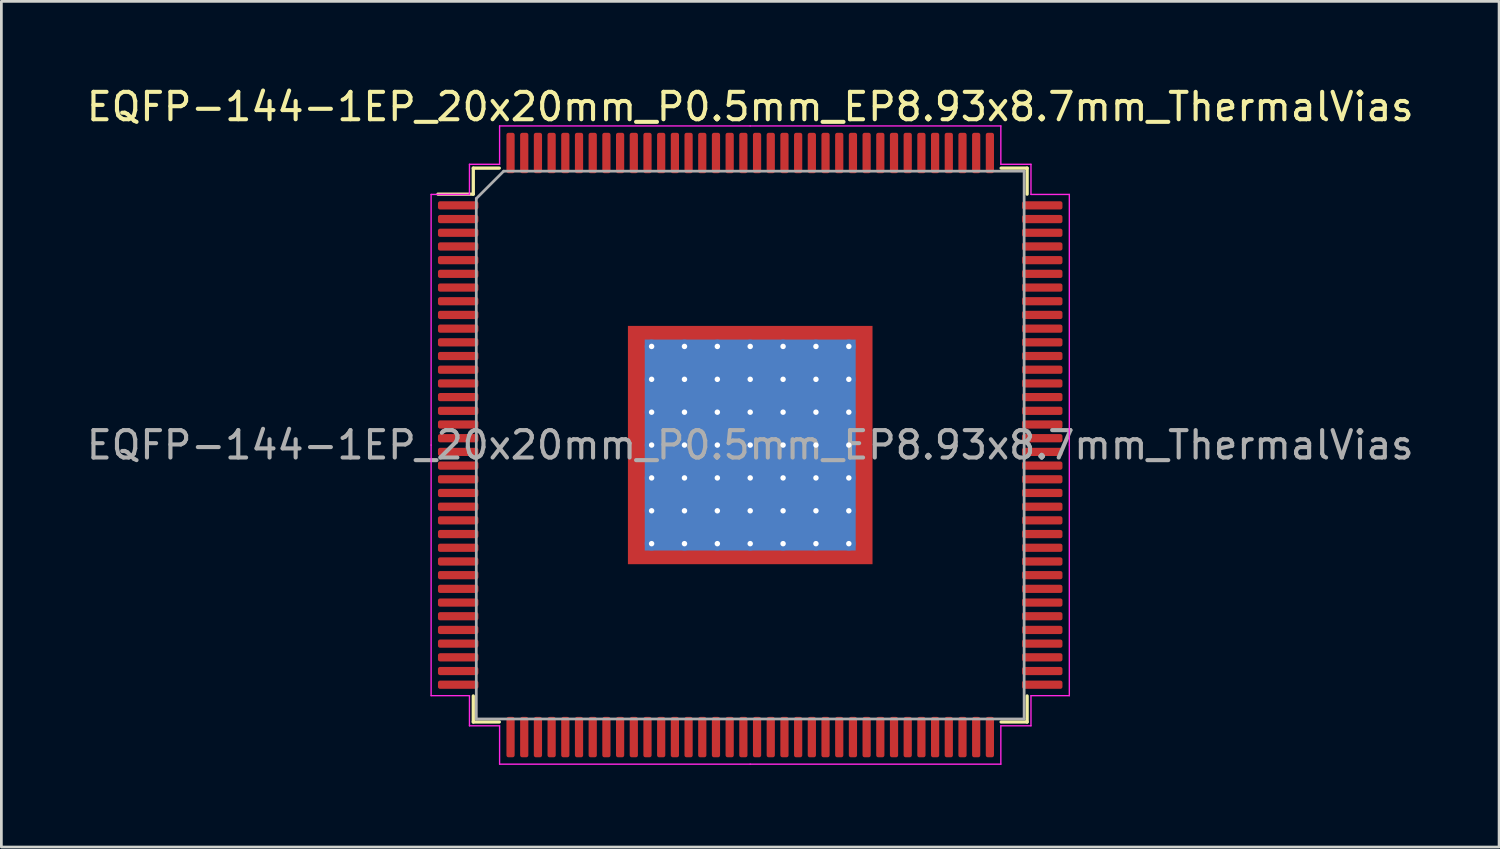
<source format=kicad_pcb>
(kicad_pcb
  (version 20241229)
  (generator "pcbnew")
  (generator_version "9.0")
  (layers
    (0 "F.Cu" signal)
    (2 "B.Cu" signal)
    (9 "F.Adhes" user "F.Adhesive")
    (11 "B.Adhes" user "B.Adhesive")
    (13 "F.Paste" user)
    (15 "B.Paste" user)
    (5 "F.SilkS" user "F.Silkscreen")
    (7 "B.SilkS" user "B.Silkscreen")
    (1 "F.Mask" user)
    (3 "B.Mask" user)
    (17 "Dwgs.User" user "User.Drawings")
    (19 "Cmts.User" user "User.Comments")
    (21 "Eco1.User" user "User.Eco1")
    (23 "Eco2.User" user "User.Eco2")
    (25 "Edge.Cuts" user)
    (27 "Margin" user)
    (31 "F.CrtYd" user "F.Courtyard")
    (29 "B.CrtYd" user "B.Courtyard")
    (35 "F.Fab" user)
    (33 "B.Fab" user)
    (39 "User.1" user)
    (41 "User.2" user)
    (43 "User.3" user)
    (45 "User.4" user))
  (footprint "EQFP-144-1EP_20x20mm_P0.5mm_EP8.93x8.7mm_ThermalVias"
    (layer "F.Cu")
    (at 24.339 13.198)
    (property "Reference" "EQFP-144-1EP_20x20mm_P0.5mm_EP8.93x8.7mm_ThermalVias" (at 0 -12.35 0) (layer "F.SilkS") (effects (font (size 1 1) (thickness 0.15))))
    (attr smd)
    (fp_line (start -10.11 -10.11) (end -10.11 -9.16) (stroke (width 0.12) (type solid)) (layer "F.SilkS"))
    (fp_line (start -10.11 -9.16) (end -11.4 -9.16) (stroke (width 0.12) (type solid)) (layer "F.SilkS"))
    (fp_line (start -10.11 10.11) (end -10.11 9.16) (stroke (width 0.12) (type solid)) (layer "F.SilkS"))
    (fp_line (start -9.16 -10.11) (end -10.11 -10.11) (stroke (width 0.12) (type solid)) (layer "F.SilkS"))
    (fp_line (start -9.16 10.11) (end -10.11 10.11) (stroke (width 0.12) (type solid)) (layer "F.SilkS"))
    (fp_line (start 9.16 -10.11) (end 10.11 -10.11) (stroke (width 0.12) (type solid)) (layer "F.SilkS"))
    (fp_line (start 9.16 10.11) (end 10.11 10.11) (stroke (width 0.12) (type solid)) (layer "F.SilkS"))
    (fp_line (start 10.11 -10.11) (end 10.11 -9.16) (stroke (width 0.12) (type solid)) (layer "F.SilkS"))
    (fp_line (start 10.11 10.11) (end 10.11 9.16) (stroke (width 0.12) (type solid)) (layer "F.SilkS"))
    (fp_line (start -11.65 -9.15) (end -11.65 0) (stroke (width 0.05) (type solid)) (layer "F.CrtYd"))
    (fp_line (start -11.65 9.15) (end -11.65 0) (stroke (width 0.05) (type solid)) (layer "F.CrtYd"))
    (fp_line (start -10.25 -10.25) (end -10.25 -9.15) (stroke (width 0.05) (type solid)) (layer "F.CrtYd"))
    (fp_line (start -10.25 -9.15) (end -11.65 -9.15) (stroke (width 0.05) (type solid)) (layer "F.CrtYd"))
    (fp_line (start -10.25 9.15) (end -11.65 9.15) (stroke (width 0.05) (type solid)) (layer "F.CrtYd"))
    (fp_line (start -10.25 10.25) (end -10.25 9.15) (stroke (width 0.05) (type solid)) (layer "F.CrtYd"))
    (fp_line (start -9.15 -11.65) (end -9.15 -10.25) (stroke (width 0.05) (type solid)) (layer "F.CrtYd"))
    (fp_line (start -9.15 -10.25) (end -10.25 -10.25) (stroke (width 0.05) (type solid)) (layer "F.CrtYd"))
    (fp_line (start -9.15 10.25) (end -10.25 10.25) (stroke (width 0.05) (type solid)) (layer "F.CrtYd"))
    (fp_line (start -9.15 11.65) (end -9.15 10.25) (stroke (width 0.05) (type solid)) (layer "F.CrtYd"))
    (fp_line (start 0 -11.65) (end -9.15 -11.65) (stroke (width 0.05) (type solid)) (layer "F.CrtYd"))
    (fp_line (start 0 -11.65) (end 9.15 -11.65) (stroke (width 0.05) (type solid)) (layer "F.CrtYd"))
    (fp_line (start 0 11.65) (end -9.15 11.65) (stroke (width 0.05) (type solid)) (layer "F.CrtYd"))
    (fp_line (start 0 11.65) (end 9.15 11.65) (stroke (width 0.05) (type solid)) (layer "F.CrtYd"))
    (fp_line (start 9.15 -11.65) (end 9.15 -10.25) (stroke (width 0.05) (type solid)) (layer "F.CrtYd"))
    (fp_line (start 9.15 -10.25) (end 10.25 -10.25) (stroke (width 0.05) (type solid)) (layer "F.CrtYd"))
    (fp_line (start 9.15 10.25) (end 10.25 10.25) (stroke (width 0.05) (type solid)) (layer "F.CrtYd"))
    (fp_line (start 9.15 11.65) (end 9.15 10.25) (stroke (width 0.05) (type solid)) (layer "F.CrtYd"))
    (fp_line (start 10.25 -10.25) (end 10.25 -9.15) (stroke (width 0.05) (type solid)) (layer "F.CrtYd"))
    (fp_line (start 10.25 -9.15) (end 11.65 -9.15) (stroke (width 0.05) (type solid)) (layer "F.CrtYd"))
    (fp_line (start 10.25 9.15) (end 11.65 9.15) (stroke (width 0.05) (type solid)) (layer "F.CrtYd"))
    (fp_line (start 10.25 10.25) (end 10.25 9.15) (stroke (width 0.05) (type solid)) (layer "F.CrtYd"))
    (fp_line (start 11.65 -9.15) (end 11.65 0) (stroke (width 0.05) (type solid)) (layer "F.CrtYd"))
    (fp_line (start 11.65 9.15) (end 11.65 0) (stroke (width 0.05) (type solid)) (layer "F.CrtYd"))
    (fp_line (start -10 -9) (end -9 -10) (stroke (width 0.1) (type solid)) (layer "F.Fab"))
    (fp_line (start -10 10) (end -10 -9) (stroke (width 0.1) (type solid)) (layer "F.Fab"))
    (fp_line (start -9 -10) (end 10 -10) (stroke (width 0.1) (type solid)) (layer "F.Fab"))
    (fp_line (start 10 -10) (end 10 10) (stroke (width 0.1) (type solid)) (layer "F.Fab"))
    (fp_line (start 10 10) (end -10 10) (stroke (width 0.1) (type solid)) (layer "F.Fab"))
    (fp_text user "${REFERENCE}" (at 0 0 0) (layer "F.Fab") (effects (font (size 1 1) (thickness 0.15))))
    (pad "" smd custom (at -4.032 -3.975) (size 0.515 0.515) (layers "F.Paste") (options (anchor circle)) (primitives (gr_poly (pts (xy 0.259 0.139) (xy 0.185 0.213) (xy -0.259 0.213) (xy -0.259 -0.213) (xy 0.259 -0.213)) (width 0.179) (fill yes))))
    (pad "" smd roundrect (at -4.032 -3) (size 0.697 0.967) (layers "F.Paste") (roundrect_rratio 0.25))
    (pad "" smd roundrect (at -4.032 -1.8) (size 0.697 0.967) (layers "F.Paste") (roundrect_rratio 0.25))
    (pad "" smd roundrect (at -4.032 -0.6) (size 0.697 0.967) (layers "F.Paste") (roundrect_rratio 0.25))
    (pad "" smd roundrect (at -4.032 0.6) (size 0.697 0.967) (layers "F.Paste") (roundrect_rratio 0.25))
    (pad "" smd roundrect (at -4.032 1.8) (size 0.697 0.967) (layers "F.Paste") (roundrect_rratio 0.25))
    (pad "" smd roundrect (at -4.032 3) (size 0.697 0.967) (layers "F.Paste") (roundrect_rratio 0.25))
    (pad "" smd custom (at -4.032 3.975) (size 0.515 0.515) (layers "F.Paste") (options (anchor circle)) (primitives (gr_poly (pts (xy 0.259 -0.139) (xy 0.259 0.213) (xy -0.259 0.213) (xy -0.259 -0.213) (xy 0.185 -0.213)) (width 0.179) (fill yes))))
    (pad "" smd custom (at -3 -3.975) (size 0.538 0.538) (layers "F.Paste") (options (anchor circle)) (primitives (gr_poly (pts (xy 0.417 0.181) (xy 0.362 0.236) (xy -0.362 0.236) (xy -0.417 0.181) (xy -0.417 -0.236) (xy 0.417 -0.236)) (width 0.133) (fill yes))))
    (pad "" smd roundrect (at -3 -3) (size 0.967 0.967) (layers "F.Paste") (roundrect_rratio 0.25))
    (pad "" smd roundrect (at -3 -1.8) (size 0.967 0.967) (layers "F.Paste") (roundrect_rratio 0.25))
    (pad "" smd roundrect (at -3 -0.6) (size 0.967 0.967) (layers "F.Paste") (roundrect_rratio 0.25))
    (pad "" smd roundrect (at -3 0.6) (size 0.967 0.967) (layers "F.Paste") (roundrect_rratio 0.25))
    (pad "" smd roundrect (at -3 1.8) (size 0.967 0.967) (layers "F.Paste") (roundrect_rratio 0.25))
    (pad "" smd roundrect (at -3 3) (size 0.967 0.967) (layers "F.Paste") (roundrect_rratio 0.25))
    (pad "" smd custom (at -3 3.975) (size 0.538 0.538) (layers "F.Paste") (options (anchor circle)) (primitives (gr_poly (pts (xy 0.417 -0.181) (xy 0.417 0.236) (xy -0.417 0.236) (xy -0.417 -0.181) (xy -0.362 -0.236) (xy 0.362 -0.236)) (width 0.133) (fill yes))))
    (pad "" smd custom (at -1.8 -3.975) (size 0.538 0.538) (layers "F.Paste") (options (anchor circle)) (primitives (gr_poly (pts (xy 0.417 0.181) (xy 0.362 0.236) (xy -0.362 0.236) (xy -0.417 0.181) (xy -0.417 -0.236) (xy 0.417 -0.236)) (width 0.133) (fill yes))))
    (pad "" smd roundrect (at -1.8 -3) (size 0.967 0.967) (layers "F.Paste") (roundrect_rratio 0.25))
    (pad "" smd roundrect (at -1.8 -1.8) (size 0.967 0.967) (layers "F.Paste") (roundrect_rratio 0.25))
    (pad "" smd roundrect (at -1.8 -0.6) (size 0.967 0.967) (layers "F.Paste") (roundrect_rratio 0.25))
    (pad "" smd roundrect (at -1.8 0.6) (size 0.967 0.967) (layers "F.Paste") (roundrect_rratio 0.25))
    (pad "" smd roundrect (at -1.8 1.8) (size 0.967 0.967) (layers "F.Paste") (roundrect_rratio 0.25))
    (pad "" smd roundrect (at -1.8 3) (size 0.967 0.967) (layers "F.Paste") (roundrect_rratio 0.25))
    (pad "" smd custom (at -1.8 3.975) (size 0.538 0.538) (layers "F.Paste") (options (anchor circle)) (primitives (gr_poly (pts (xy 0.417 -0.181) (xy 0.417 0.236) (xy -0.417 0.236) (xy -0.417 -0.181) (xy -0.362 -0.236) (xy 0.362 -0.236)) (width 0.133) (fill yes))))
    (pad "" smd custom (at -0.6 -3.975) (size 0.538 0.538) (layers "F.Paste") (options (anchor circle)) (primitives (gr_poly (pts (xy 0.417 0.181) (xy 0.362 0.236) (xy -0.362 0.236) (xy -0.417 0.181) (xy -0.417 -0.236) (xy 0.417 -0.236)) (width 0.133) (fill yes))))
    (pad "" smd roundrect (at -0.6 -3) (size 0.967 0.967) (layers "F.Paste") (roundrect_rratio 0.25))
    (pad "" smd roundrect (at -0.6 -1.8) (size 0.967 0.967) (layers "F.Paste") (roundrect_rratio 0.25))
    (pad "" smd roundrect (at -0.6 -0.6) (size 0.967 0.967) (layers "F.Paste") (roundrect_rratio 0.25))
    (pad "" smd roundrect (at -0.6 0.6) (size 0.967 0.967) (layers "F.Paste") (roundrect_rratio 0.25))
    (pad "" smd roundrect (at -0.6 1.8) (size 0.967 0.967) (layers "F.Paste") (roundrect_rratio 0.25))
    (pad "" smd roundrect (at -0.6 3) (size 0.967 0.967) (layers "F.Paste") (roundrect_rratio 0.25))
    (pad "" smd custom (at -0.6 3.975) (size 0.538 0.538) (layers "F.Paste") (options (anchor circle)) (primitives (gr_poly (pts (xy 0.417 -0.181) (xy 0.417 0.236) (xy -0.417 0.236) (xy -0.417 -0.181) (xy -0.362 -0.236) (xy 0.362 -0.236)) (width 0.133) (fill yes))))
    (pad "" smd custom (at 0.6 -3.975) (size 0.538 0.538) (layers "F.Paste") (options (anchor circle)) (primitives (gr_poly (pts (xy 0.417 0.181) (xy 0.362 0.236) (xy -0.362 0.236) (xy -0.417 0.181) (xy -0.417 -0.236) (xy 0.417 -0.236)) (width 0.133) (fill yes))))
    (pad "" smd roundrect (at 0.6 -3) (size 0.967 0.967) (layers "F.Paste") (roundrect_rratio 0.25))
    (pad "" smd roundrect (at 0.6 -1.8) (size 0.967 0.967) (layers "F.Paste") (roundrect_rratio 0.25))
    (pad "" smd roundrect (at 0.6 -0.6) (size 0.967 0.967) (layers "F.Paste") (roundrect_rratio 0.25))
    (pad "" smd roundrect (at 0.6 0.6) (size 0.967 0.967) (layers "F.Paste") (roundrect_rratio 0.25))
    (pad "" smd roundrect (at 0.6 1.8) (size 0.967 0.967) (layers "F.Paste") (roundrect_rratio 0.25))
    (pad "" smd roundrect (at 0.6 3) (size 0.967 0.967) (layers "F.Paste") (roundrect_rratio 0.25))
    (pad "" smd custom (at 0.6 3.975) (size 0.538 0.538) (layers "F.Paste") (options (anchor circle)) (primitives (gr_poly (pts (xy 0.417 -0.181) (xy 0.417 0.236) (xy -0.417 0.236) (xy -0.417 -0.181) (xy -0.362 -0.236) (xy 0.362 -0.236)) (width 0.133) (fill yes))))
    (pad "" smd custom (at 1.8 -3.975) (size 0.538 0.538) (layers "F.Paste") (options (anchor circle)) (primitives (gr_poly (pts (xy 0.417 0.181) (xy 0.362 0.236) (xy -0.362 0.236) (xy -0.417 0.181) (xy -0.417 -0.236) (xy 0.417 -0.236)) (width 0.133) (fill yes))))
    (pad "" smd roundrect (at 1.8 -3) (size 0.967 0.967) (layers "F.Paste") (roundrect_rratio 0.25))
    (pad "" smd roundrect (at 1.8 -1.8) (size 0.967 0.967) (layers "F.Paste") (roundrect_rratio 0.25))
    (pad "" smd roundrect (at 1.8 -0.6) (size 0.967 0.967) (layers "F.Paste") (roundrect_rratio 0.25))
    (pad "" smd roundrect (at 1.8 0.6) (size 0.967 0.967) (layers "F.Paste") (roundrect_rratio 0.25))
    (pad "" smd roundrect (at 1.8 1.8) (size 0.967 0.967) (layers "F.Paste") (roundrect_rratio 0.25))
    (pad "" smd roundrect (at 1.8 3) (size 0.967 0.967) (layers "F.Paste") (roundrect_rratio 0.25))
    (pad "" smd custom (at 1.8 3.975) (size 0.538 0.538) (layers "F.Paste") (options (anchor circle)) (primitives (gr_poly (pts (xy 0.417 -0.181) (xy 0.417 0.236) (xy -0.417 0.236) (xy -0.417 -0.181) (xy -0.362 -0.236) (xy 0.362 -0.236)) (width 0.133) (fill yes))))
    (pad "" smd custom (at 3 -3.975) (size 0.538 0.538) (layers "F.Paste") (options (anchor circle)) (primitives (gr_poly (pts (xy 0.417 0.181) (xy 0.362 0.236) (xy -0.362 0.236) (xy -0.417 0.181) (xy -0.417 -0.236) (xy 0.417 -0.236)) (width 0.133) (fill yes))))
    (pad "" smd roundrect (at 3 -3) (size 0.967 0.967) (layers "F.Paste") (roundrect_rratio 0.25))
    (pad "" smd roundrect (at 3 -1.8) (size 0.967 0.967) (layers "F.Paste") (roundrect_rratio 0.25))
    (pad "" smd roundrect (at 3 -0.6) (size 0.967 0.967) (layers "F.Paste") (roundrect_rratio 0.25))
    (pad "" smd roundrect (at 3 0.6) (size 0.967 0.967) (layers "F.Paste") (roundrect_rratio 0.25))
    (pad "" smd roundrect (at 3 1.8) (size 0.967 0.967) (layers "F.Paste") (roundrect_rratio 0.25))
    (pad "" smd roundrect (at 3 3) (size 0.967 0.967) (layers "F.Paste") (roundrect_rratio 0.25))
    (pad "" smd custom (at 3 3.975) (size 0.538 0.538) (layers "F.Paste") (options (anchor circle)) (primitives (gr_poly (pts (xy 0.417 -0.181) (xy 0.417 0.236) (xy -0.417 0.236) (xy -0.417 -0.181) (xy -0.362 -0.236) (xy 0.362 -0.236)) (width 0.133) (fill yes))))
    (pad "" smd custom (at 4.032 -3.975) (size 0.515 0.515) (layers "F.Paste") (options (anchor circle)) (primitives (gr_poly (pts (xy 0.259 0.213) (xy -0.185 0.213) (xy -0.259 0.139) (xy -0.259 -0.213) (xy 0.259 -0.213)) (width 0.179) (fill yes))))
    (pad "" smd roundrect (at 4.032 -3) (size 0.697 0.967) (layers "F.Paste") (roundrect_rratio 0.25))
    (pad "" smd roundrect (at 4.032 -1.8) (size 0.697 0.967) (layers "F.Paste") (roundrect_rratio 0.25))
    (pad "" smd roundrect (at 4.032 -0.6) (size 0.697 0.967) (layers "F.Paste") (roundrect_rratio 0.25))
    (pad "" smd roundrect (at 4.032 0.6) (size 0.697 0.967) (layers "F.Paste") (roundrect_rratio 0.25))
    (pad "" smd roundrect (at 4.032 1.8) (size 0.697 0.967) (layers "F.Paste") (roundrect_rratio 0.25))
    (pad "" smd roundrect (at 4.032 3) (size 0.697 0.967) (layers "F.Paste") (roundrect_rratio 0.25))
    (pad "" smd custom (at 4.032 3.975) (size 0.515 0.515) (layers "F.Paste") (options (anchor circle)) (primitives (gr_poly (pts (xy 0.259 0.213) (xy -0.259 0.213) (xy -0.259 -0.139) (xy -0.185 -0.213) (xy 0.259 -0.213)) (width 0.179) (fill yes))))
    (pad "1" smd roundrect (at -10.662 -8.75) (size 1.475 0.3) (layers "F.Cu" "F.Mask" "F.Paste") (roundrect_rratio 0.25))
    (pad "2" smd roundrect (at -10.662 -8.25) (size 1.475 0.3) (layers "F.Cu" "F.Mask" "F.Paste") (roundrect_rratio 0.25))
    (pad "3" smd roundrect (at -10.662 -7.75) (size 1.475 0.3) (layers "F.Cu" "F.Mask" "F.Paste") (roundrect_rratio 0.25))
    (pad "4" smd roundrect (at -10.662 -7.25) (size 1.475 0.3) (layers "F.Cu" "F.Mask" "F.Paste") (roundrect_rratio 0.25))
    (pad "5" smd roundrect (at -10.662 -6.75) (size 1.475 0.3) (layers "F.Cu" "F.Mask" "F.Paste") (roundrect_rratio 0.25))
    (pad "6" smd roundrect (at -10.662 -6.25) (size 1.475 0.3) (layers "F.Cu" "F.Mask" "F.Paste") (roundrect_rratio 0.25))
    (pad "7" smd roundrect (at -10.662 -5.75) (size 1.475 0.3) (layers "F.Cu" "F.Mask" "F.Paste") (roundrect_rratio 0.25))
    (pad "8" smd roundrect (at -10.662 -5.25) (size 1.475 0.3) (layers "F.Cu" "F.Mask" "F.Paste") (roundrect_rratio 0.25))
    (pad "9" smd roundrect (at -10.662 -4.75) (size 1.475 0.3) (layers "F.Cu" "F.Mask" "F.Paste") (roundrect_rratio 0.25))
    (pad "10" smd roundrect (at -10.662 -4.25) (size 1.475 0.3) (layers "F.Cu" "F.Mask" "F.Paste") (roundrect_rratio 0.25))
    (pad "11" smd roundrect (at -10.662 -3.75) (size 1.475 0.3) (layers "F.Cu" "F.Mask" "F.Paste") (roundrect_rratio 0.25))
    (pad "12" smd roundrect (at -10.662 -3.25) (size 1.475 0.3) (layers "F.Cu" "F.Mask" "F.Paste") (roundrect_rratio 0.25))
    (pad "13" smd roundrect (at -10.662 -2.75) (size 1.475 0.3) (layers "F.Cu" "F.Mask" "F.Paste") (roundrect_rratio 0.25))
    (pad "14" smd roundrect (at -10.662 -2.25) (size 1.475 0.3) (layers "F.Cu" "F.Mask" "F.Paste") (roundrect_rratio 0.25))
    (pad "15" smd roundrect (at -10.662 -1.75) (size 1.475 0.3) (layers "F.Cu" "F.Mask" "F.Paste") (roundrect_rratio 0.25))
    (pad "16" smd roundrect (at -10.662 -1.25) (size 1.475 0.3) (layers "F.Cu" "F.Mask" "F.Paste") (roundrect_rratio 0.25))
    (pad "17" smd roundrect (at -10.662 -0.75) (size 1.475 0.3) (layers "F.Cu" "F.Mask" "F.Paste") (roundrect_rratio 0.25))
    (pad "18" smd roundrect (at -10.662 -0.25) (size 1.475 0.3) (layers "F.Cu" "F.Mask" "F.Paste") (roundrect_rratio 0.25))
    (pad "19" smd roundrect (at -10.662 0.25) (size 1.475 0.3) (layers "F.Cu" "F.Mask" "F.Paste") (roundrect_rratio 0.25))
    (pad "20" smd roundrect (at -10.662 0.75) (size 1.475 0.3) (layers "F.Cu" "F.Mask" "F.Paste") (roundrect_rratio 0.25))
    (pad "21" smd roundrect (at -10.662 1.25) (size 1.475 0.3) (layers "F.Cu" "F.Mask" "F.Paste") (roundrect_rratio 0.25))
    (pad "22" smd roundrect (at -10.662 1.75) (size 1.475 0.3) (layers "F.Cu" "F.Mask" "F.Paste") (roundrect_rratio 0.25))
    (pad "23" smd roundrect (at -10.662 2.25) (size 1.475 0.3) (layers "F.Cu" "F.Mask" "F.Paste") (roundrect_rratio 0.25))
    (pad "24" smd roundrect (at -10.662 2.75) (size 1.475 0.3) (layers "F.Cu" "F.Mask" "F.Paste") (roundrect_rratio 0.25))
    (pad "25" smd roundrect (at -10.662 3.25) (size 1.475 0.3) (layers "F.Cu" "F.Mask" "F.Paste") (roundrect_rratio 0.25))
    (pad "26" smd roundrect (at -10.662 3.75) (size 1.475 0.3) (layers "F.Cu" "F.Mask" "F.Paste") (roundrect_rratio 0.25))
    (pad "27" smd roundrect (at -10.662 4.25) (size 1.475 0.3) (layers "F.Cu" "F.Mask" "F.Paste") (roundrect_rratio 0.25))
    (pad "28" smd roundrect (at -10.662 4.75) (size 1.475 0.3) (layers "F.Cu" "F.Mask" "F.Paste") (roundrect_rratio 0.25))
    (pad "29" smd roundrect (at -10.662 5.25) (size 1.475 0.3) (layers "F.Cu" "F.Mask" "F.Paste") (roundrect_rratio 0.25))
    (pad "30" smd roundrect (at -10.662 5.75) (size 1.475 0.3) (layers "F.Cu" "F.Mask" "F.Paste") (roundrect_rratio 0.25))
    (pad "31" smd roundrect (at -10.662 6.25) (size 1.475 0.3) (layers "F.Cu" "F.Mask" "F.Paste") (roundrect_rratio 0.25))
    (pad "32" smd roundrect (at -10.662 6.75) (size 1.475 0.3) (layers "F.Cu" "F.Mask" "F.Paste") (roundrect_rratio 0.25))
    (pad "33" smd roundrect (at -10.662 7.25) (size 1.475 0.3) (layers "F.Cu" "F.Mask" "F.Paste") (roundrect_rratio 0.25))
    (pad "34" smd roundrect (at -10.662 7.75) (size 1.475 0.3) (layers "F.Cu" "F.Mask" "F.Paste") (roundrect_rratio 0.25))
    (pad "35" smd roundrect (at -10.662 8.25) (size 1.475 0.3) (layers "F.Cu" "F.Mask" "F.Paste") (roundrect_rratio 0.25))
    (pad "36" smd roundrect (at -10.662 8.75) (size 1.475 0.3) (layers "F.Cu" "F.Mask" "F.Paste") (roundrect_rratio 0.25))
    (pad "37" smd roundrect (at -8.75 10.662) (size 0.3 1.475) (layers "F.Cu" "F.Mask" "F.Paste") (roundrect_rratio 0.25))
    (pad "38" smd roundrect (at -8.25 10.662) (size 0.3 1.475) (layers "F.Cu" "F.Mask" "F.Paste") (roundrect_rratio 0.25))
    (pad "39" smd roundrect (at -7.75 10.662) (size 0.3 1.475) (layers "F.Cu" "F.Mask" "F.Paste") (roundrect_rratio 0.25))
    (pad "40" smd roundrect (at -7.25 10.662) (size 0.3 1.475) (layers "F.Cu" "F.Mask" "F.Paste") (roundrect_rratio 0.25))
    (pad "41" smd roundrect (at -6.75 10.662) (size 0.3 1.475) (layers "F.Cu" "F.Mask" "F.Paste") (roundrect_rratio 0.25))
    (pad "42" smd roundrect (at -6.25 10.662) (size 0.3 1.475) (layers "F.Cu" "F.Mask" "F.Paste") (roundrect_rratio 0.25))
    (pad "43" smd roundrect (at -5.75 10.662) (size 0.3 1.475) (layers "F.Cu" "F.Mask" "F.Paste") (roundrect_rratio 0.25))
    (pad "44" smd roundrect (at -5.25 10.662) (size 0.3 1.475) (layers "F.Cu" "F.Mask" "F.Paste") (roundrect_rratio 0.25))
    (pad "45" smd roundrect (at -4.75 10.662) (size 0.3 1.475) (layers "F.Cu" "F.Mask" "F.Paste") (roundrect_rratio 0.25))
    (pad "46" smd roundrect (at -4.25 10.662) (size 0.3 1.475) (layers "F.Cu" "F.Mask" "F.Paste") (roundrect_rratio 0.25))
    (pad "47" smd roundrect (at -3.75 10.662) (size 0.3 1.475) (layers "F.Cu" "F.Mask" "F.Paste") (roundrect_rratio 0.25))
    (pad "48" smd roundrect (at -3.25 10.662) (size 0.3 1.475) (layers "F.Cu" "F.Mask" "F.Paste") (roundrect_rratio 0.25))
    (pad "49" smd roundrect (at -2.75 10.662) (size 0.3 1.475) (layers "F.Cu" "F.Mask" "F.Paste") (roundrect_rratio 0.25))
    (pad "50" smd roundrect (at -2.25 10.662) (size 0.3 1.475) (layers "F.Cu" "F.Mask" "F.Paste") (roundrect_rratio 0.25))
    (pad "51" smd roundrect (at -1.75 10.662) (size 0.3 1.475) (layers "F.Cu" "F.Mask" "F.Paste") (roundrect_rratio 0.25))
    (pad "52" smd roundrect (at -1.25 10.662) (size 0.3 1.475) (layers "F.Cu" "F.Mask" "F.Paste") (roundrect_rratio 0.25))
    (pad "53" smd roundrect (at -0.75 10.662) (size 0.3 1.475) (layers "F.Cu" "F.Mask" "F.Paste") (roundrect_rratio 0.25))
    (pad "54" smd roundrect (at -0.25 10.662) (size 0.3 1.475) (layers "F.Cu" "F.Mask" "F.Paste") (roundrect_rratio 0.25))
    (pad "55" smd roundrect (at 0.25 10.662) (size 0.3 1.475) (layers "F.Cu" "F.Mask" "F.Paste") (roundrect_rratio 0.25))
    (pad "56" smd roundrect (at 0.75 10.662) (size 0.3 1.475) (layers "F.Cu" "F.Mask" "F.Paste") (roundrect_rratio 0.25))
    (pad "57" smd roundrect (at 1.25 10.662) (size 0.3 1.475) (layers "F.Cu" "F.Mask" "F.Paste") (roundrect_rratio 0.25))
    (pad "58" smd roundrect (at 1.75 10.662) (size 0.3 1.475) (layers "F.Cu" "F.Mask" "F.Paste") (roundrect_rratio 0.25))
    (pad "59" smd roundrect (at 2.25 10.662) (size 0.3 1.475) (layers "F.Cu" "F.Mask" "F.Paste") (roundrect_rratio 0.25))
    (pad "60" smd roundrect (at 2.75 10.662) (size 0.3 1.475) (layers "F.Cu" "F.Mask" "F.Paste") (roundrect_rratio 0.25))
    (pad "61" smd roundrect (at 3.25 10.662) (size 0.3 1.475) (layers "F.Cu" "F.Mask" "F.Paste") (roundrect_rratio 0.25))
    (pad "62" smd roundrect (at 3.75 10.662) (size 0.3 1.475) (layers "F.Cu" "F.Mask" "F.Paste") (roundrect_rratio 0.25))
    (pad "63" smd roundrect (at 4.25 10.662) (size 0.3 1.475) (layers "F.Cu" "F.Mask" "F.Paste") (roundrect_rratio 0.25))
    (pad "64" smd roundrect (at 4.75 10.662) (size 0.3 1.475) (layers "F.Cu" "F.Mask" "F.Paste") (roundrect_rratio 0.25))
    (pad "65" smd roundrect (at 5.25 10.662) (size 0.3 1.475) (layers "F.Cu" "F.Mask" "F.Paste") (roundrect_rratio 0.25))
    (pad "66" smd roundrect (at 5.75 10.662) (size 0.3 1.475) (layers "F.Cu" "F.Mask" "F.Paste") (roundrect_rratio 0.25))
    (pad "67" smd roundrect (at 6.25 10.662) (size 0.3 1.475) (layers "F.Cu" "F.Mask" "F.Paste") (roundrect_rratio 0.25))
    (pad "68" smd roundrect (at 6.75 10.662) (size 0.3 1.475) (layers "F.Cu" "F.Mask" "F.Paste") (roundrect_rratio 0.25))
    (pad "69" smd roundrect (at 7.25 10.662) (size 0.3 1.475) (layers "F.Cu" "F.Mask" "F.Paste") (roundrect_rratio 0.25))
    (pad "70" smd roundrect (at 7.75 10.662) (size 0.3 1.475) (layers "F.Cu" "F.Mask" "F.Paste") (roundrect_rratio 0.25))
    (pad "71" smd roundrect (at 8.25 10.662) (size 0.3 1.475) (layers "F.Cu" "F.Mask" "F.Paste") (roundrect_rratio 0.25))
    (pad "72" smd roundrect (at 8.75 10.662) (size 0.3 1.475) (layers "F.Cu" "F.Mask" "F.Paste") (roundrect_rratio 0.25))
    (pad "73" smd roundrect (at 10.662 8.75) (size 1.475 0.3) (layers "F.Cu" "F.Mask" "F.Paste") (roundrect_rratio 0.25))
    (pad "74" smd roundrect (at 10.662 8.25) (size 1.475 0.3) (layers "F.Cu" "F.Mask" "F.Paste") (roundrect_rratio 0.25))
    (pad "75" smd roundrect (at 10.662 7.75) (size 1.475 0.3) (layers "F.Cu" "F.Mask" "F.Paste") (roundrect_rratio 0.25))
    (pad "76" smd roundrect (at 10.662 7.25) (size 1.475 0.3) (layers "F.Cu" "F.Mask" "F.Paste") (roundrect_rratio 0.25))
    (pad "77" smd roundrect (at 10.662 6.75) (size 1.475 0.3) (layers "F.Cu" "F.Mask" "F.Paste") (roundrect_rratio 0.25))
    (pad "78" smd roundrect (at 10.662 6.25) (size 1.475 0.3) (layers "F.Cu" "F.Mask" "F.Paste") (roundrect_rratio 0.25))
    (pad "79" smd roundrect (at 10.662 5.75) (size 1.475 0.3) (layers "F.Cu" "F.Mask" "F.Paste") (roundrect_rratio 0.25))
    (pad "80" smd roundrect (at 10.662 5.25) (size 1.475 0.3) (layers "F.Cu" "F.Mask" "F.Paste") (roundrect_rratio 0.25))
    (pad "81" smd roundrect (at 10.662 4.75) (size 1.475 0.3) (layers "F.Cu" "F.Mask" "F.Paste") (roundrect_rratio 0.25))
    (pad "82" smd roundrect (at 10.662 4.25) (size 1.475 0.3) (layers "F.Cu" "F.Mask" "F.Paste") (roundrect_rratio 0.25))
    (pad "83" smd roundrect (at 10.662 3.75) (size 1.475 0.3) (layers "F.Cu" "F.Mask" "F.Paste") (roundrect_rratio 0.25))
    (pad "84" smd roundrect (at 10.662 3.25) (size 1.475 0.3) (layers "F.Cu" "F.Mask" "F.Paste") (roundrect_rratio 0.25))
    (pad "85" smd roundrect (at 10.662 2.75) (size 1.475 0.3) (layers "F.Cu" "F.Mask" "F.Paste") (roundrect_rratio 0.25))
    (pad "86" smd roundrect (at 10.662 2.25) (size 1.475 0.3) (layers "F.Cu" "F.Mask" "F.Paste") (roundrect_rratio 0.25))
    (pad "87" smd roundrect (at 10.662 1.75) (size 1.475 0.3) (layers "F.Cu" "F.Mask" "F.Paste") (roundrect_rratio 0.25))
    (pad "88" smd roundrect (at 10.662 1.25) (size 1.475 0.3) (layers "F.Cu" "F.Mask" "F.Paste") (roundrect_rratio 0.25))
    (pad "89" smd roundrect (at 10.662 0.75) (size 1.475 0.3) (layers "F.Cu" "F.Mask" "F.Paste") (roundrect_rratio 0.25))
    (pad "90" smd roundrect (at 10.662 0.25) (size 1.475 0.3) (layers "F.Cu" "F.Mask" "F.Paste") (roundrect_rratio 0.25))
    (pad "91" smd roundrect (at 10.662 -0.25) (size 1.475 0.3) (layers "F.Cu" "F.Mask" "F.Paste") (roundrect_rratio 0.25))
    (pad "92" smd roundrect (at 10.662 -0.75) (size 1.475 0.3) (layers "F.Cu" "F.Mask" "F.Paste") (roundrect_rratio 0.25))
    (pad "93" smd roundrect (at 10.662 -1.25) (size 1.475 0.3) (layers "F.Cu" "F.Mask" "F.Paste") (roundrect_rratio 0.25))
    (pad "94" smd roundrect (at 10.662 -1.75) (size 1.475 0.3) (layers "F.Cu" "F.Mask" "F.Paste") (roundrect_rratio 0.25))
    (pad "95" smd roundrect (at 10.662 -2.25) (size 1.475 0.3) (layers "F.Cu" "F.Mask" "F.Paste") (roundrect_rratio 0.25))
    (pad "96" smd roundrect (at 10.662 -2.75) (size 1.475 0.3) (layers "F.Cu" "F.Mask" "F.Paste") (roundrect_rratio 0.25))
    (pad "97" smd roundrect (at 10.662 -3.25) (size 1.475 0.3) (layers "F.Cu" "F.Mask" "F.Paste") (roundrect_rratio 0.25))
    (pad "98" smd roundrect (at 10.662 -3.75) (size 1.475 0.3) (layers "F.Cu" "F.Mask" "F.Paste") (roundrect_rratio 0.25))
    (pad "99" smd roundrect (at 10.662 -4.25) (size 1.475 0.3) (layers "F.Cu" "F.Mask" "F.Paste") (roundrect_rratio 0.25))
    (pad "100" smd roundrect (at 10.662 -4.75) (size 1.475 0.3) (layers "F.Cu" "F.Mask" "F.Paste") (roundrect_rratio 0.25))
    (pad "101" smd roundrect (at 10.662 -5.25) (size 1.475 0.3) (layers "F.Cu" "F.Mask" "F.Paste") (roundrect_rratio 0.25))
    (pad "102" smd roundrect (at 10.662 -5.75) (size 1.475 0.3) (layers "F.Cu" "F.Mask" "F.Paste") (roundrect_rratio 0.25))
    (pad "103" smd roundrect (at 10.662 -6.25) (size 1.475 0.3) (layers "F.Cu" "F.Mask" "F.Paste") (roundrect_rratio 0.25))
    (pad "104" smd roundrect (at 10.662 -6.75) (size 1.475 0.3) (layers "F.Cu" "F.Mask" "F.Paste") (roundrect_rratio 0.25))
    (pad "105" smd roundrect (at 10.662 -7.25) (size 1.475 0.3) (layers "F.Cu" "F.Mask" "F.Paste") (roundrect_rratio 0.25))
    (pad "106" smd roundrect (at 10.662 -7.75) (size 1.475 0.3) (layers "F.Cu" "F.Mask" "F.Paste") (roundrect_rratio 0.25))
    (pad "107" smd roundrect (at 10.662 -8.25) (size 1.475 0.3) (layers "F.Cu" "F.Mask" "F.Paste") (roundrect_rratio 0.25))
    (pad "108" smd roundrect (at 10.662 -8.75) (size 1.475 0.3) (layers "F.Cu" "F.Mask" "F.Paste") (roundrect_rratio 0.25))
    (pad "109" smd roundrect (at 8.75 -10.662) (size 0.3 1.475) (layers "F.Cu" "F.Mask" "F.Paste") (roundrect_rratio 0.25))
    (pad "110" smd roundrect (at 8.25 -10.662) (size 0.3 1.475) (layers "F.Cu" "F.Mask" "F.Paste") (roundrect_rratio 0.25))
    (pad "111" smd roundrect (at 7.75 -10.662) (size 0.3 1.475) (layers "F.Cu" "F.Mask" "F.Paste") (roundrect_rratio 0.25))
    (pad "112" smd roundrect (at 7.25 -10.662) (size 0.3 1.475) (layers "F.Cu" "F.Mask" "F.Paste") (roundrect_rratio 0.25))
    (pad "113" smd roundrect (at 6.75 -10.662) (size 0.3 1.475) (layers "F.Cu" "F.Mask" "F.Paste") (roundrect_rratio 0.25))
    (pad "114" smd roundrect (at 6.25 -10.662) (size 0.3 1.475) (layers "F.Cu" "F.Mask" "F.Paste") (roundrect_rratio 0.25))
    (pad "115" smd roundrect (at 5.75 -10.662) (size 0.3 1.475) (layers "F.Cu" "F.Mask" "F.Paste") (roundrect_rratio 0.25))
    (pad "116" smd roundrect (at 5.25 -10.662) (size 0.3 1.475) (layers "F.Cu" "F.Mask" "F.Paste") (roundrect_rratio 0.25))
    (pad "117" smd roundrect (at 4.75 -10.662) (size 0.3 1.475) (layers "F.Cu" "F.Mask" "F.Paste") (roundrect_rratio 0.25))
    (pad "118" smd roundrect (at 4.25 -10.662) (size 0.3 1.475) (layers "F.Cu" "F.Mask" "F.Paste") (roundrect_rratio 0.25))
    (pad "119" smd roundrect (at 3.75 -10.662) (size 0.3 1.475) (layers "F.Cu" "F.Mask" "F.Paste") (roundrect_rratio 0.25))
    (pad "120" smd roundrect (at 3.25 -10.662) (size 0.3 1.475) (layers "F.Cu" "F.Mask" "F.Paste") (roundrect_rratio 0.25))
    (pad "121" smd roundrect (at 2.75 -10.662) (size 0.3 1.475) (layers "F.Cu" "F.Mask" "F.Paste") (roundrect_rratio 0.25))
    (pad "122" smd roundrect (at 2.25 -10.662) (size 0.3 1.475) (layers "F.Cu" "F.Mask" "F.Paste") (roundrect_rratio 0.25))
    (pad "123" smd roundrect (at 1.75 -10.662) (size 0.3 1.475) (layers "F.Cu" "F.Mask" "F.Paste") (roundrect_rratio 0.25))
    (pad "124" smd roundrect (at 1.25 -10.662) (size 0.3 1.475) (layers "F.Cu" "F.Mask" "F.Paste") (roundrect_rratio 0.25))
    (pad "125" smd roundrect (at 0.75 -10.662) (size 0.3 1.475) (layers "F.Cu" "F.Mask" "F.Paste") (roundrect_rratio 0.25))
    (pad "126" smd roundrect (at 0.25 -10.662) (size 0.3 1.475) (layers "F.Cu" "F.Mask" "F.Paste") (roundrect_rratio 0.25))
    (pad "127" smd roundrect (at -0.25 -10.662) (size 0.3 1.475) (layers "F.Cu" "F.Mask" "F.Paste") (roundrect_rratio 0.25))
    (pad "128" smd roundrect (at -0.75 -10.662) (size 0.3 1.475) (layers "F.Cu" "F.Mask" "F.Paste") (roundrect_rratio 0.25))
    (pad "129" smd roundrect (at -1.25 -10.662) (size 0.3 1.475) (layers "F.Cu" "F.Mask" "F.Paste") (roundrect_rratio 0.25))
    (pad "130" smd roundrect (at -1.75 -10.662) (size 0.3 1.475) (layers "F.Cu" "F.Mask" "F.Paste") (roundrect_rratio 0.25))
    (pad "131" smd roundrect (at -2.25 -10.662) (size 0.3 1.475) (layers "F.Cu" "F.Mask" "F.Paste") (roundrect_rratio 0.25))
    (pad "132" smd roundrect (at -2.75 -10.662) (size 0.3 1.475) (layers "F.Cu" "F.Mask" "F.Paste") (roundrect_rratio 0.25))
    (pad "133" smd roundrect (at -3.25 -10.662) (size 0.3 1.475) (layers "F.Cu" "F.Mask" "F.Paste") (roundrect_rratio 0.25))
    (pad "134" smd roundrect (at -3.75 -10.662) (size 0.3 1.475) (layers "F.Cu" "F.Mask" "F.Paste") (roundrect_rratio 0.25))
    (pad "135" smd roundrect (at -4.25 -10.662) (size 0.3 1.475) (layers "F.Cu" "F.Mask" "F.Paste") (roundrect_rratio 0.25))
    (pad "136" smd roundrect (at -4.75 -10.662) (size 0.3 1.475) (layers "F.Cu" "F.Mask" "F.Paste") (roundrect_rratio 0.25))
    (pad "137" smd roundrect (at -5.25 -10.662) (size 0.3 1.475) (layers "F.Cu" "F.Mask" "F.Paste") (roundrect_rratio 0.25))
    (pad "138" smd roundrect (at -5.75 -10.662) (size 0.3 1.475) (layers "F.Cu" "F.Mask" "F.Paste") (roundrect_rratio 0.25))
    (pad "139" smd roundrect (at -6.25 -10.662) (size 0.3 1.475) (layers "F.Cu" "F.Mask" "F.Paste") (roundrect_rratio 0.25))
    (pad "140" smd roundrect (at -6.75 -10.662) (size 0.3 1.475) (layers "F.Cu" "F.Mask" "F.Paste") (roundrect_rratio 0.25))
    (pad "141" smd roundrect (at -7.25 -10.662) (size 0.3 1.475) (layers "F.Cu" "F.Mask" "F.Paste") (roundrect_rratio 0.25))
    (pad "142" smd roundrect (at -7.75 -10.662) (size 0.3 1.475) (layers "F.Cu" "F.Mask" "F.Paste") (roundrect_rratio 0.25))
    (pad "143" smd roundrect (at -8.25 -10.662) (size 0.3 1.475) (layers "F.Cu" "F.Mask" "F.Paste") (roundrect_rratio 0.25))
    (pad "144" smd roundrect (at -8.75 -10.662) (size 0.3 1.475) (layers "F.Cu" "F.Mask" "F.Paste") (roundrect_rratio 0.25))
    (pad "145" thru_hole circle (at -3.6 -3.6) (size 0.5 0.5) (drill 0.2) (layers "*.Cu"))
    (pad "145" thru_hole circle (at -3.6 -2.4) (size 0.5 0.5) (drill 0.2) (layers "*.Cu"))
    (pad "145" thru_hole circle (at -3.6 -1.2) (size 0.5 0.5) (drill 0.2) (layers "*.Cu"))
    (pad "145" thru_hole circle (at -3.6 0) (size 0.5 0.5) (drill 0.2) (layers "*.Cu"))
    (pad "145" thru_hole circle (at -3.6 1.2) (size 0.5 0.5) (drill 0.2) (layers "*.Cu"))
    (pad "145" thru_hole circle (at -3.6 2.4) (size 0.5 0.5) (drill 0.2) (layers "*.Cu"))
    (pad "145" thru_hole circle (at -3.6 3.6) (size 0.5 0.5) (drill 0.2) (layers "*.Cu"))
    (pad "145" thru_hole circle (at -2.4 -3.6) (size 0.5 0.5) (drill 0.2) (layers "*.Cu"))
    (pad "145" thru_hole circle (at -2.4 -2.4) (size 0.5 0.5) (drill 0.2) (layers "*.Cu"))
    (pad "145" thru_hole circle (at -2.4 -1.2) (size 0.5 0.5) (drill 0.2) (layers "*.Cu"))
    (pad "145" thru_hole circle (at -2.4 0) (size 0.5 0.5) (drill 0.2) (layers "*.Cu"))
    (pad "145" thru_hole circle (at -2.4 1.2) (size 0.5 0.5) (drill 0.2) (layers "*.Cu"))
    (pad "145" thru_hole circle (at -2.4 2.4) (size 0.5 0.5) (drill 0.2) (layers "*.Cu"))
    (pad "145" thru_hole circle (at -2.4 3.6) (size 0.5 0.5) (drill 0.2) (layers "*.Cu"))
    (pad "145" thru_hole circle (at -1.2 -3.6) (size 0.5 0.5) (drill 0.2) (layers "*.Cu"))
    (pad "145" thru_hole circle (at -1.2 -2.4) (size 0.5 0.5) (drill 0.2) (layers "*.Cu"))
    (pad "145" thru_hole circle (at -1.2 -1.2) (size 0.5 0.5) (drill 0.2) (layers "*.Cu"))
    (pad "145" thru_hole circle (at -1.2 0) (size 0.5 0.5) (drill 0.2) (layers "*.Cu"))
    (pad "145" thru_hole circle (at -1.2 1.2) (size 0.5 0.5) (drill 0.2) (layers "*.Cu"))
    (pad "145" thru_hole circle (at -1.2 2.4) (size 0.5 0.5) (drill 0.2) (layers "*.Cu"))
    (pad "145" thru_hole circle (at -1.2 3.6) (size 0.5 0.5) (drill 0.2) (layers "*.Cu"))
    (pad "145" thru_hole circle (at 0 -3.6) (size 0.5 0.5) (drill 0.2) (layers "*.Cu"))
    (pad "145" thru_hole circle (at 0 -2.4) (size 0.5 0.5) (drill 0.2) (layers "*.Cu"))
    (pad "145" thru_hole circle (at 0 -1.2) (size 0.5 0.5) (drill 0.2) (layers "*.Cu"))
    (pad "145" thru_hole circle (at 0 0) (size 0.5 0.5) (drill 0.2) (layers "*.Cu"))
    (pad "145" smd rect (at 0 0) (size 7.7 7.7) (layers "B.Cu"))
    (pad "145" smd rect (at 0 0) (size 8.93 8.7) (layers "F.Cu" "F.Mask"))
    (pad "145" thru_hole circle (at 0 1.2) (size 0.5 0.5) (drill 0.2) (layers "*.Cu"))
    (pad "145" thru_hole circle (at 0 2.4) (size 0.5 0.5) (drill 0.2) (layers "*.Cu"))
    (pad "145" thru_hole circle (at 0 3.6) (size 0.5 0.5) (drill 0.2) (layers "*.Cu"))
    (pad "145" thru_hole circle (at 1.2 -3.6) (size 0.5 0.5) (drill 0.2) (layers "*.Cu"))
    (pad "145" thru_hole circle (at 1.2 -2.4) (size 0.5 0.5) (drill 0.2) (layers "*.Cu"))
    (pad "145" thru_hole circle (at 1.2 -1.2) (size 0.5 0.5) (drill 0.2) (layers "*.Cu"))
    (pad "145" thru_hole circle (at 1.2 0) (size 0.5 0.5) (drill 0.2) (layers "*.Cu"))
    (pad "145" thru_hole circle (at 1.2 1.2) (size 0.5 0.5) (drill 0.2) (layers "*.Cu"))
    (pad "145" thru_hole circle (at 1.2 2.4) (size 0.5 0.5) (drill 0.2) (layers "*.Cu"))
    (pad "145" thru_hole circle (at 1.2 3.6) (size 0.5 0.5) (drill 0.2) (layers "*.Cu"))
    (pad "145" thru_hole circle (at 2.4 -3.6) (size 0.5 0.5) (drill 0.2) (layers "*.Cu"))
    (pad "145" thru_hole circle (at 2.4 -2.4) (size 0.5 0.5) (drill 0.2) (layers "*.Cu"))
    (pad "145" thru_hole circle (at 2.4 -1.2) (size 0.5 0.5) (drill 0.2) (layers "*.Cu"))
    (pad "145" thru_hole circle (at 2.4 0) (size 0.5 0.5) (drill 0.2) (layers "*.Cu"))
    (pad "145" thru_hole circle (at 2.4 1.2) (size 0.5 0.5) (drill 0.2) (layers "*.Cu"))
    (pad "145" thru_hole circle (at 2.4 2.4) (size 0.5 0.5) (drill 0.2) (layers "*.Cu"))
    (pad "145" thru_hole circle (at 2.4 3.6) (size 0.5 0.5) (drill 0.2) (layers "*.Cu"))
    (pad "145" thru_hole circle (at 3.6 -3.6) (size 0.5 0.5) (drill 0.2) (layers "*.Cu"))
    (pad "145" thru_hole circle (at 3.6 -2.4) (size 0.5 0.5) (drill 0.2) (layers "*.Cu"))
    (pad "145" thru_hole circle (at 3.6 -1.2) (size 0.5 0.5) (drill 0.2) (layers "*.Cu"))
    (pad "145" thru_hole circle (at 3.6 0) (size 0.5 0.5) (drill 0.2) (layers "*.Cu"))
    (pad "145" thru_hole circle (at 3.6 1.2) (size 0.5 0.5) (drill 0.2) (layers "*.Cu"))
    (pad "145" thru_hole circle (at 3.6 2.4) (size 0.5 0.5) (drill 0.2) (layers "*.Cu"))
    (pad "145" thru_hole circle (at 3.6 3.6) (size 0.5 0.5) (drill 0.2) (layers "*.Cu")))
  (gr_rect
    (start -3 -3)
    (end 51.679 27.873)
    (stroke (width 0.1) (type default))
    (fill no)
    (layer "Edge.Cuts")))
</source>
